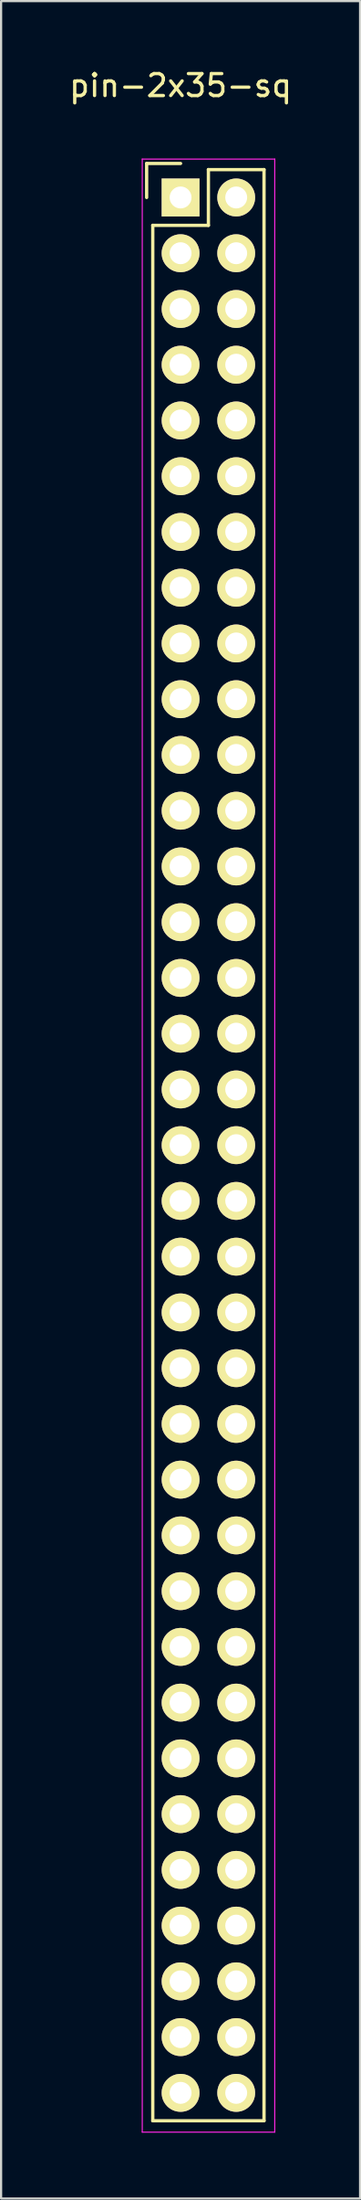
<source format=kicad_pcb>
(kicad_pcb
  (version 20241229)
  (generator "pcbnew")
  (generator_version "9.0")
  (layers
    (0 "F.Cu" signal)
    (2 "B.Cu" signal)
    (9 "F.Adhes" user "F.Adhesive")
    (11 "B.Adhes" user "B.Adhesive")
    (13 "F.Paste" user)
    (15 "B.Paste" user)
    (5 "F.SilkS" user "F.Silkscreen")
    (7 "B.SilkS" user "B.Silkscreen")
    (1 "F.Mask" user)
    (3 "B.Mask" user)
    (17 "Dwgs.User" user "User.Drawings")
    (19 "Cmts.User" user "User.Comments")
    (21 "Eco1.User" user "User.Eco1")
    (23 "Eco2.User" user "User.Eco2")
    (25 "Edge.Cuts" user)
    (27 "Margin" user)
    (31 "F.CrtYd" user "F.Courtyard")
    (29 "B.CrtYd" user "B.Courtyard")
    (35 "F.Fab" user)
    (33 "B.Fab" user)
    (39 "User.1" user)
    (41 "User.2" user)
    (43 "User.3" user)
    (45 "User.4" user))
  (footprint "pin-2x35-sq"
    (layer "F.Cu")
    (at 5.196 5.948)
    (property "Reference" "pin-2x35-sq" (at 0 -5.1 0) (layer "F.SilkS") (effects (font (size 1 1) (thickness 0.15))))
    (attr through_hole)
    (fp_line (start -1.55 -1.55) (end -1.55 0) (stroke (width 0.15) (type solid)) (layer "F.SilkS"))
    (fp_line (start -1.27 1.27) (end -1.27 87.63) (stroke (width 0.15) (type solid)) (layer "F.SilkS"))
    (fp_line (start 0 -1.55) (end -1.55 -1.55) (stroke (width 0.15) (type solid)) (layer "F.SilkS"))
    (fp_line (start 1.27 -1.27) (end 1.27 1.27) (stroke (width 0.15) (type solid)) (layer "F.SilkS"))
    (fp_line (start 1.27 1.27) (end -1.27 1.27) (stroke (width 0.15) (type solid)) (layer "F.SilkS"))
    (fp_line (start 3.81 -1.27) (end 1.27 -1.27) (stroke (width 0.15) (type solid)) (layer "F.SilkS"))
    (fp_line (start 3.81 87.63) (end -1.27 87.63) (stroke (width 0.15) (type solid)) (layer "F.SilkS"))
    (fp_line (start 3.81 87.63) (end 3.81 -1.27) (stroke (width 0.15) (type solid)) (layer "F.SilkS"))
    (fp_line (start -1.75 -1.75) (end -1.75 88.15) (stroke (width 0.05) (type solid)) (layer "F.CrtYd"))
    (fp_line (start -1.75 -1.75) (end 4.3 -1.75) (stroke (width 0.05) (type solid)) (layer "F.CrtYd"))
    (fp_line (start -1.75 88.15) (end 4.3 88.15) (stroke (width 0.05) (type solid)) (layer "F.CrtYd"))
    (fp_line (start 4.3 -1.75) (end 4.3 88.15) (stroke (width 0.05) (type solid)) (layer "F.CrtYd"))
    (pad "1" thru_hole rect (at 0 0) (size 1.727 1.727) (drill 1) (layers "*.Cu" "*.Mask" "F.SilkS"))
    (pad "2" thru_hole oval (at 2.54 0) (size 1.727 1.727) (drill 1) (layers "*.Cu" "*.Mask" "F.SilkS"))
    (pad "3" thru_hole oval (at 0 2.54) (size 1.727 1.727) (drill 1) (layers "*.Cu" "*.Mask" "F.SilkS"))
    (pad "4" thru_hole oval (at 2.54 2.54) (size 1.727 1.727) (drill 1) (layers "*.Cu" "*.Mask" "F.SilkS"))
    (pad "5" thru_hole oval (at 0 5.08) (size 1.727 1.727) (drill 1) (layers "*.Cu" "*.Mask" "F.SilkS"))
    (pad "6" thru_hole oval (at 2.54 5.08) (size 1.727 1.727) (drill 1) (layers "*.Cu" "*.Mask" "F.SilkS"))
    (pad "7" thru_hole oval (at 0 7.62) (size 1.727 1.727) (drill 1) (layers "*.Cu" "*.Mask" "F.SilkS"))
    (pad "8" thru_hole oval (at 2.54 7.62) (size 1.727 1.727) (drill 1) (layers "*.Cu" "*.Mask" "F.SilkS"))
    (pad "9" thru_hole oval (at 0 10.16) (size 1.727 1.727) (drill 1) (layers "*.Cu" "*.Mask" "F.SilkS"))
    (pad "10" thru_hole oval (at 2.54 10.16) (size 1.727 1.727) (drill 1) (layers "*.Cu" "*.Mask" "F.SilkS"))
    (pad "11" thru_hole oval (at 0 12.7) (size 1.727 1.727) (drill 1) (layers "*.Cu" "*.Mask" "F.SilkS"))
    (pad "12" thru_hole oval (at 2.54 12.7) (size 1.727 1.727) (drill 1) (layers "*.Cu" "*.Mask" "F.SilkS"))
    (pad "13" thru_hole oval (at 0 15.24) (size 1.727 1.727) (drill 1) (layers "*.Cu" "*.Mask" "F.SilkS"))
    (pad "14" thru_hole oval (at 2.54 15.24) (size 1.727 1.727) (drill 1) (layers "*.Cu" "*.Mask" "F.SilkS"))
    (pad "15" thru_hole oval (at 0 17.78) (size 1.727 1.727) (drill 1) (layers "*.Cu" "*.Mask" "F.SilkS"))
    (pad "16" thru_hole oval (at 2.54 17.78) (size 1.727 1.727) (drill 1) (layers "*.Cu" "*.Mask" "F.SilkS"))
    (pad "17" thru_hole oval (at 0 20.32) (size 1.727 1.727) (drill 1) (layers "*.Cu" "*.Mask" "F.SilkS"))
    (pad "18" thru_hole oval (at 2.54 20.32) (size 1.727 1.727) (drill 1) (layers "*.Cu" "*.Mask" "F.SilkS"))
    (pad "19" thru_hole oval (at 0 22.86) (size 1.727 1.727) (drill 1) (layers "*.Cu" "*.Mask" "F.SilkS"))
    (pad "20" thru_hole oval (at 2.54 22.86) (size 1.727 1.727) (drill 1) (layers "*.Cu" "*.Mask" "F.SilkS"))
    (pad "21" thru_hole oval (at 0 25.4) (size 1.727 1.727) (drill 1) (layers "*.Cu" "*.Mask" "F.SilkS"))
    (pad "22" thru_hole oval (at 2.54 25.4) (size 1.727 1.727) (drill 1) (layers "*.Cu" "*.Mask" "F.SilkS"))
    (pad "23" thru_hole oval (at 0 27.94) (size 1.727 1.727) (drill 1) (layers "*.Cu" "*.Mask" "F.SilkS"))
    (pad "24" thru_hole oval (at 2.54 27.94) (size 1.727 1.727) (drill 1) (layers "*.Cu" "*.Mask" "F.SilkS"))
    (pad "25" thru_hole oval (at 0 30.48) (size 1.727 1.727) (drill 1) (layers "*.Cu" "*.Mask" "F.SilkS"))
    (pad "26" thru_hole oval (at 2.54 30.48) (size 1.727 1.727) (drill 1) (layers "*.Cu" "*.Mask" "F.SilkS"))
    (pad "27" thru_hole oval (at 0 33.02) (size 1.727 1.727) (drill 1) (layers "*.Cu" "*.Mask" "F.SilkS"))
    (pad "28" thru_hole oval (at 2.54 33.02) (size 1.727 1.727) (drill 1) (layers "*.Cu" "*.Mask" "F.SilkS"))
    (pad "29" thru_hole oval (at 0 35.56) (size 1.727 1.727) (drill 1) (layers "*.Cu" "*.Mask" "F.SilkS"))
    (pad "30" thru_hole oval (at 2.54 35.56) (size 1.727 1.727) (drill 1) (layers "*.Cu" "*.Mask" "F.SilkS"))
    (pad "31" thru_hole oval (at 0 38.1) (size 1.727 1.727) (drill 1) (layers "*.Cu" "*.Mask" "F.SilkS"))
    (pad "32" thru_hole oval (at 2.54 38.1) (size 1.727 1.727) (drill 1) (layers "*.Cu" "*.Mask" "F.SilkS"))
    (pad "33" thru_hole oval (at 0 40.64) (size 1.727 1.727) (drill 1) (layers "*.Cu" "*.Mask" "F.SilkS"))
    (pad "34" thru_hole oval (at 2.54 40.64) (size 1.727 1.727) (drill 1) (layers "*.Cu" "*.Mask" "F.SilkS"))
    (pad "35" thru_hole oval (at 0 43.18) (size 1.727 1.727) (drill 1) (layers "*.Cu" "*.Mask" "F.SilkS"))
    (pad "36" thru_hole oval (at 2.54 43.18) (size 1.727 1.727) (drill 1) (layers "*.Cu" "*.Mask" "F.SilkS"))
    (pad "37" thru_hole oval (at 0 45.72) (size 1.727 1.727) (drill 1) (layers "*.Cu" "*.Mask" "F.SilkS"))
    (pad "38" thru_hole oval (at 2.54 45.72) (size 1.727 1.727) (drill 1) (layers "*.Cu" "*.Mask" "F.SilkS"))
    (pad "39" thru_hole oval (at 0 48.26) (size 1.727 1.727) (drill 1) (layers "*.Cu" "*.Mask" "F.SilkS"))
    (pad "40" thru_hole oval (at 2.54 48.26) (size 1.727 1.727) (drill 1) (layers "*.Cu" "*.Mask" "F.SilkS"))
    (pad "41" thru_hole oval (at 0 50.8) (size 1.727 1.727) (drill 1) (layers "*.Cu" "*.Mask" "F.SilkS"))
    (pad "42" thru_hole oval (at 2.54 50.8) (size 1.727 1.727) (drill 1) (layers "*.Cu" "*.Mask" "F.SilkS"))
    (pad "43" thru_hole oval (at 0 53.34) (size 1.727 1.727) (drill 1) (layers "*.Cu" "*.Mask" "F.SilkS"))
    (pad "44" thru_hole oval (at 2.54 53.34) (size 1.727 1.727) (drill 1) (layers "*.Cu" "*.Mask" "F.SilkS"))
    (pad "45" thru_hole oval (at 0 55.88) (size 1.727 1.727) (drill 1) (layers "*.Cu" "*.Mask" "F.SilkS"))
    (pad "46" thru_hole oval (at 2.54 55.88) (size 1.727 1.727) (drill 1) (layers "*.Cu" "*.Mask" "F.SilkS"))
    (pad "47" thru_hole oval (at 0 58.42) (size 1.727 1.727) (drill 1) (layers "*.Cu" "*.Mask" "F.SilkS"))
    (pad "48" thru_hole oval (at 2.54 58.42) (size 1.727 1.727) (drill 1) (layers "*.Cu" "*.Mask" "F.SilkS"))
    (pad "49" thru_hole oval (at 0 60.96) (size 1.727 1.727) (drill 1) (layers "*.Cu" "*.Mask" "F.SilkS"))
    (pad "50" thru_hole oval (at 2.54 60.96) (size 1.727 1.727) (drill 1) (layers "*.Cu" "*.Mask" "F.SilkS"))
    (pad "51" thru_hole oval (at 0 63.5) (size 1.727 1.727) (drill 1) (layers "*.Cu" "*.Mask" "F.SilkS"))
    (pad "52" thru_hole oval (at 2.54 63.5) (size 1.727 1.727) (drill 1) (layers "*.Cu" "*.Mask" "F.SilkS"))
    (pad "53" thru_hole oval (at 0 66.04) (size 1.727 1.727) (drill 1) (layers "*.Cu" "*.Mask" "F.SilkS"))
    (pad "54" thru_hole oval (at 2.54 66.04) (size 1.727 1.727) (drill 1) (layers "*.Cu" "*.Mask" "F.SilkS"))
    (pad "55" thru_hole oval (at 0 68.58) (size 1.727 1.727) (drill 1) (layers "*.Cu" "*.Mask" "F.SilkS"))
    (pad "56" thru_hole oval (at 2.54 68.58) (size 1.727 1.727) (drill 1) (layers "*.Cu" "*.Mask" "F.SilkS"))
    (pad "57" thru_hole oval (at 0 71.12) (size 1.727 1.727) (drill 1) (layers "*.Cu" "*.Mask" "F.SilkS"))
    (pad "58" thru_hole oval (at 2.54 71.12) (size 1.727 1.727) (drill 1) (layers "*.Cu" "*.Mask" "F.SilkS"))
    (pad "59" thru_hole oval (at 0 73.66) (size 1.727 1.727) (drill 1) (layers "*.Cu" "*.Mask" "F.SilkS"))
    (pad "60" thru_hole oval (at 2.54 73.66) (size 1.727 1.727) (drill 1) (layers "*.Cu" "*.Mask" "F.SilkS"))
    (pad "61" thru_hole oval (at 0 76.2) (size 1.727 1.727) (drill 1) (layers "*.Cu" "*.Mask" "F.SilkS"))
    (pad "62" thru_hole oval (at 2.54 76.2) (size 1.727 1.727) (drill 1) (layers "*.Cu" "*.Mask" "F.SilkS"))
    (pad "63" thru_hole oval (at 0 78.74) (size 1.727 1.727) (drill 1) (layers "*.Cu" "*.Mask" "F.SilkS"))
    (pad "64" thru_hole oval (at 2.54 78.74) (size 1.727 1.727) (drill 1) (layers "*.Cu" "*.Mask" "F.SilkS"))
    (pad "65" thru_hole oval (at 0 81.28) (size 1.727 1.727) (drill 1) (layers "*.Cu" "*.Mask" "F.SilkS"))
    (pad "66" thru_hole oval (at 2.54 81.28) (size 1.727 1.727) (drill 1) (layers "*.Cu" "*.Mask" "F.SilkS"))
    (pad "67" thru_hole oval (at 0 83.82) (size 1.727 1.727) (drill 1) (layers "*.Cu" "*.Mask" "F.SilkS"))
    (pad "68" thru_hole oval (at 2.54 83.82) (size 1.727 1.727) (drill 1) (layers "*.Cu" "*.Mask" "F.SilkS"))
    (pad "69" thru_hole oval (at 0 86.36) (size 1.727 1.727) (drill 1) (layers "*.Cu" "*.Mask" "F.SilkS"))
    (pad "70" thru_hole oval (at 2.54 86.36) (size 1.727 1.727) (drill 1) (layers "*.Cu" "*.Mask" "F.SilkS")))
  (gr_rect
    (start -3 -3)
    (end 13.393 97.123)
    (stroke (width 0.1) (type default))
    (fill no)
    (layer "Edge.Cuts")))
</source>
